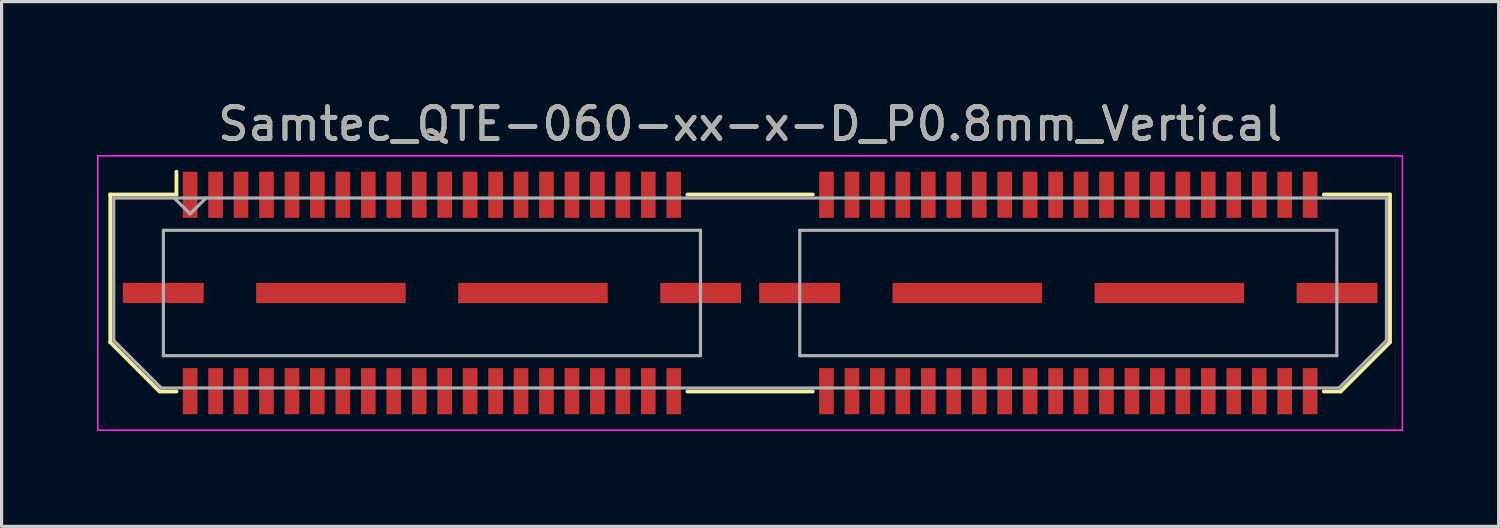
<source format=kicad_pcb>
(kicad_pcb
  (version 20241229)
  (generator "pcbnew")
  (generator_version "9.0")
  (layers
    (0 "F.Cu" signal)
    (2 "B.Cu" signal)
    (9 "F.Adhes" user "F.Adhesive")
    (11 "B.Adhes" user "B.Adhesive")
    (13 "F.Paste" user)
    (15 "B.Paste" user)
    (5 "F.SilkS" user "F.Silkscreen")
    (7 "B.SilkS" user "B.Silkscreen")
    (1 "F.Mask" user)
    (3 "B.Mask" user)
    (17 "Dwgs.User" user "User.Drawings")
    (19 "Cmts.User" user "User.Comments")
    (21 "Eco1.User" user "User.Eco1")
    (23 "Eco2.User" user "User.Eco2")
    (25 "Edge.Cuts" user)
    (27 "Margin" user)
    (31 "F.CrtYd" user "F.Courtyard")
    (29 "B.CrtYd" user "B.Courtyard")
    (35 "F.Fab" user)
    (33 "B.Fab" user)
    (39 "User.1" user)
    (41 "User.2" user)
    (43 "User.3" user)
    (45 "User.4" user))
  (footprint "Samtec_QTE-060-xx-x-D_P0.8mm_Vertical"
    (layer "F.Cu")
    (at 20.525 6.158)
    (property "Reference" "Samtec_QTE-060-xx-x-D_P0.8mm_Vertical" (at 0 -5.31 0) (layer "F.SilkS") (effects (font (size 1 1) (thickness 0.15))))
    (attr smd)
    (fp_line (start -20.11 -3.095) (end -20.11 1.548) (stroke (width 0.12) (type solid)) (layer "F.SilkS"))
    (fp_line (start -20.11 1.548) (end -18.562 3.095) (stroke (width 0.12) (type solid)) (layer "F.SilkS"))
    (fp_line (start -18.562 3.095) (end -18.03 3.095) (stroke (width 0.12) (type solid)) (layer "F.SilkS"))
    (fp_line (start -18.03 -3.811) (end -18.03 -3.095) (stroke (width 0.12) (type solid)) (layer "F.SilkS"))
    (fp_line (start -18.03 -3.095) (end -20.11 -3.095) (stroke (width 0.12) (type solid)) (layer "F.SilkS"))
    (fp_line (start -1.97 -3.095) (end 1.97 -3.095) (stroke (width 0.12) (type solid)) (layer "F.SilkS"))
    (fp_line (start -1.97 3.095) (end 1.97 3.095) (stroke (width 0.12) (type solid)) (layer "F.SilkS"))
    (fp_line (start 18.03 -3.095) (end 20.11 -3.095) (stroke (width 0.12) (type solid)) (layer "F.SilkS"))
    (fp_line (start 18.562 3.095) (end 18.03 3.095) (stroke (width 0.12) (type solid)) (layer "F.SilkS"))
    (fp_line (start 20.11 -3.095) (end 20.11 1.548) (stroke (width 0.12) (type solid)) (layer "F.SilkS"))
    (fp_line (start 20.11 1.548) (end 18.562 3.095) (stroke (width 0.12) (type solid)) (layer "F.SilkS"))
    (fp_line (start -20.5 -4.31) (end -20.5 4.31) (stroke (width 0.05) (type solid)) (layer "F.CrtYd"))
    (fp_line (start -20.5 4.31) (end 20.5 4.31) (stroke (width 0.05) (type solid)) (layer "F.CrtYd"))
    (fp_line (start 20.5 -4.31) (end -20.5 -4.31) (stroke (width 0.05) (type solid)) (layer "F.CrtYd"))
    (fp_line (start 20.5 4.31) (end 20.5 -4.31) (stroke (width 0.05) (type solid)) (layer "F.CrtYd"))
    (fp_line (start -20 -2.985) (end -20 1.492) (stroke (width 0.1) (type solid)) (layer "F.Fab"))
    (fp_line (start -20 -2.985) (end 20 -2.985) (stroke (width 0.1) (type solid)) (layer "F.Fab"))
    (fp_line (start -20 1.492) (end -18.508 2.985) (stroke (width 0.1) (type solid)) (layer "F.Fab"))
    (fp_line (start -18.508 2.985) (end 18.508 2.985) (stroke (width 0.1) (type solid)) (layer "F.Fab"))
    (fp_line (start -18.44 -1.97) (end -18.44 1.97) (stroke (width 0.1) (type solid)) (layer "F.Fab"))
    (fp_line (start -18.44 1.97) (end -1.56 1.97) (stroke (width 0.1) (type solid)) (layer "F.Fab"))
    (fp_line (start -17.6 -2.485) (end -18.1 -2.985) (stroke (width 0.1) (type solid)) (layer "F.Fab"))
    (fp_line (start -17.1 -2.985) (end -17.6 -2.485) (stroke (width 0.1) (type solid)) (layer "F.Fab"))
    (fp_line (start -1.56 -1.97) (end -18.44 -1.97) (stroke (width 0.1) (type solid)) (layer "F.Fab"))
    (fp_line (start -1.56 1.97) (end -1.56 -1.97) (stroke (width 0.1) (type solid)) (layer "F.Fab"))
    (fp_line (start 1.56 -1.97) (end 1.56 1.97) (stroke (width 0.1) (type solid)) (layer "F.Fab"))
    (fp_line (start 1.56 1.97) (end 18.44 1.97) (stroke (width 0.1) (type solid)) (layer "F.Fab"))
    (fp_line (start 18.44 -1.97) (end 1.56 -1.97) (stroke (width 0.1) (type solid)) (layer "F.Fab"))
    (fp_line (start 18.44 1.97) (end 18.44 -1.97) (stroke (width 0.1) (type solid)) (layer "F.Fab"))
    (fp_line (start 20 -2.985) (end 20 1.492) (stroke (width 0.1) (type solid)) (layer "F.Fab"))
    (fp_line (start 20 1.492) (end 18.508 2.985) (stroke (width 0.1) (type solid)) (layer "F.Fab"))
    (fp_text user "${REFERENCE}" (at 0 -5.31 0) (layer "F.Fab") (effects (font (size 1 1) (thickness 0.15))))
    (pad "1" smd rect (at -17.6 -3.086) (size 0.46 1.45) (layers "F.Cu" "F.Mask" "F.Paste"))
    (pad "2" smd rect (at -17.6 3.086) (size 0.46 1.45) (layers "F.Cu" "F.Mask" "F.Paste"))
    (pad "3" smd rect (at -16.8 -3.086) (size 0.46 1.45) (layers "F.Cu" "F.Mask" "F.Paste"))
    (pad "4" smd rect (at -16.8 3.086) (size 0.46 1.45) (layers "F.Cu" "F.Mask" "F.Paste"))
    (pad "5" smd rect (at -16 -3.086) (size 0.46 1.45) (layers "F.Cu" "F.Mask" "F.Paste"))
    (pad "6" smd rect (at -16 3.086) (size 0.46 1.45) (layers "F.Cu" "F.Mask" "F.Paste"))
    (pad "7" smd rect (at -15.2 -3.086) (size 0.46 1.45) (layers "F.Cu" "F.Mask" "F.Paste"))
    (pad "8" smd rect (at -15.2 3.086) (size 0.46 1.45) (layers "F.Cu" "F.Mask" "F.Paste"))
    (pad "9" smd rect (at -14.4 -3.086) (size 0.46 1.45) (layers "F.Cu" "F.Mask" "F.Paste"))
    (pad "10" smd rect (at -14.4 3.086) (size 0.46 1.45) (layers "F.Cu" "F.Mask" "F.Paste"))
    (pad "11" smd rect (at -13.6 -3.086) (size 0.46 1.45) (layers "F.Cu" "F.Mask" "F.Paste"))
    (pad "12" smd rect (at -13.6 3.086) (size 0.46 1.45) (layers "F.Cu" "F.Mask" "F.Paste"))
    (pad "13" smd rect (at -12.8 -3.086) (size 0.46 1.45) (layers "F.Cu" "F.Mask" "F.Paste"))
    (pad "14" smd rect (at -12.8 3.086) (size 0.46 1.45) (layers "F.Cu" "F.Mask" "F.Paste"))
    (pad "15" smd rect (at -12 -3.086) (size 0.46 1.45) (layers "F.Cu" "F.Mask" "F.Paste"))
    (pad "16" smd rect (at -12 3.086) (size 0.46 1.45) (layers "F.Cu" "F.Mask" "F.Paste"))
    (pad "17" smd rect (at -11.2 -3.086) (size 0.46 1.45) (layers "F.Cu" "F.Mask" "F.Paste"))
    (pad "18" smd rect (at -11.2 3.086) (size 0.46 1.45) (layers "F.Cu" "F.Mask" "F.Paste"))
    (pad "19" smd rect (at -10.4 -3.086) (size 0.46 1.45) (layers "F.Cu" "F.Mask" "F.Paste"))
    (pad "20" smd rect (at -10.4 3.086) (size 0.46 1.45) (layers "F.Cu" "F.Mask" "F.Paste"))
    (pad "21" smd rect (at -9.6 -3.086) (size 0.46 1.45) (layers "F.Cu" "F.Mask" "F.Paste"))
    (pad "22" smd rect (at -9.6 3.086) (size 0.46 1.45) (layers "F.Cu" "F.Mask" "F.Paste"))
    (pad "23" smd rect (at -8.8 -3.086) (size 0.46 1.45) (layers "F.Cu" "F.Mask" "F.Paste"))
    (pad "24" smd rect (at -8.8 3.086) (size 0.46 1.45) (layers "F.Cu" "F.Mask" "F.Paste"))
    (pad "25" smd rect (at -8 -3.086) (size 0.46 1.45) (layers "F.Cu" "F.Mask" "F.Paste"))
    (pad "26" smd rect (at -8 3.086) (size 0.46 1.45) (layers "F.Cu" "F.Mask" "F.Paste"))
    (pad "27" smd rect (at -7.2 -3.086) (size 0.46 1.45) (layers "F.Cu" "F.Mask" "F.Paste"))
    (pad "28" smd rect (at -7.2 3.086) (size 0.46 1.45) (layers "F.Cu" "F.Mask" "F.Paste"))
    (pad "29" smd rect (at -6.4 -3.086) (size 0.46 1.45) (layers "F.Cu" "F.Mask" "F.Paste"))
    (pad "30" smd rect (at -6.4 3.086) (size 0.46 1.45) (layers "F.Cu" "F.Mask" "F.Paste"))
    (pad "31" smd rect (at -5.6 -3.086) (size 0.46 1.45) (layers "F.Cu" "F.Mask" "F.Paste"))
    (pad "32" smd rect (at -5.6 3.086) (size 0.46 1.45) (layers "F.Cu" "F.Mask" "F.Paste"))
    (pad "33" smd rect (at -4.8 -3.086) (size 0.46 1.45) (layers "F.Cu" "F.Mask" "F.Paste"))
    (pad "34" smd rect (at -4.8 3.086) (size 0.46 1.45) (layers "F.Cu" "F.Mask" "F.Paste"))
    (pad "35" smd rect (at -4 -3.086) (size 0.46 1.45) (layers "F.Cu" "F.Mask" "F.Paste"))
    (pad "36" smd rect (at -4 3.086) (size 0.46 1.45) (layers "F.Cu" "F.Mask" "F.Paste"))
    (pad "37" smd rect (at -3.2 -3.086) (size 0.46 1.45) (layers "F.Cu" "F.Mask" "F.Paste"))
    (pad "38" smd rect (at -3.2 3.086) (size 0.46 1.45) (layers "F.Cu" "F.Mask" "F.Paste"))
    (pad "39" smd rect (at -2.4 -3.086) (size 0.46 1.45) (layers "F.Cu" "F.Mask" "F.Paste"))
    (pad "40" smd rect (at -2.4 3.086) (size 0.46 1.45) (layers "F.Cu" "F.Mask" "F.Paste"))
    (pad "41" smd rect (at 2.4 -3.086) (size 0.46 1.45) (layers "F.Cu" "F.Mask" "F.Paste"))
    (pad "42" smd rect (at 2.4 3.086) (size 0.46 1.45) (layers "F.Cu" "F.Mask" "F.Paste"))
    (pad "43" smd rect (at 3.2 -3.086) (size 0.46 1.45) (layers "F.Cu" "F.Mask" "F.Paste"))
    (pad "44" smd rect (at 3.2 3.086) (size 0.46 1.45) (layers "F.Cu" "F.Mask" "F.Paste"))
    (pad "45" smd rect (at 4 -3.086) (size 0.46 1.45) (layers "F.Cu" "F.Mask" "F.Paste"))
    (pad "46" smd rect (at 4 3.086) (size 0.46 1.45) (layers "F.Cu" "F.Mask" "F.Paste"))
    (pad "47" smd rect (at 4.8 -3.086) (size 0.46 1.45) (layers "F.Cu" "F.Mask" "F.Paste"))
    (pad "48" smd rect (at 4.8 3.086) (size 0.46 1.45) (layers "F.Cu" "F.Mask" "F.Paste"))
    (pad "49" smd rect (at 5.6 -3.086) (size 0.46 1.45) (layers "F.Cu" "F.Mask" "F.Paste"))
    (pad "50" smd rect (at 5.6 3.086) (size 0.46 1.45) (layers "F.Cu" "F.Mask" "F.Paste"))
    (pad "51" smd rect (at 6.4 -3.086) (size 0.46 1.45) (layers "F.Cu" "F.Mask" "F.Paste"))
    (pad "52" smd rect (at 6.4 3.086) (size 0.46 1.45) (layers "F.Cu" "F.Mask" "F.Paste"))
    (pad "53" smd rect (at 7.2 -3.086) (size 0.46 1.45) (layers "F.Cu" "F.Mask" "F.Paste"))
    (pad "54" smd rect (at 7.2 3.086) (size 0.46 1.45) (layers "F.Cu" "F.Mask" "F.Paste"))
    (pad "55" smd rect (at 8 -3.086) (size 0.46 1.45) (layers "F.Cu" "F.Mask" "F.Paste"))
    (pad "56" smd rect (at 8 3.086) (size 0.46 1.45) (layers "F.Cu" "F.Mask" "F.Paste"))
    (pad "57" smd rect (at 8.8 -3.086) (size 0.46 1.45) (layers "F.Cu" "F.Mask" "F.Paste"))
    (pad "58" smd rect (at 8.8 3.086) (size 0.46 1.45) (layers "F.Cu" "F.Mask" "F.Paste"))
    (pad "59" smd rect (at 9.6 -3.086) (size 0.46 1.45) (layers "F.Cu" "F.Mask" "F.Paste"))
    (pad "60" smd rect (at 9.6 3.086) (size 0.46 1.45) (layers "F.Cu" "F.Mask" "F.Paste"))
    (pad "61" smd rect (at 10.4 -3.086) (size 0.46 1.45) (layers "F.Cu" "F.Mask" "F.Paste"))
    (pad "62" smd rect (at 10.4 3.086) (size 0.46 1.45) (layers "F.Cu" "F.Mask" "F.Paste"))
    (pad "63" smd rect (at 11.2 -3.086) (size 0.46 1.45) (layers "F.Cu" "F.Mask" "F.Paste"))
    (pad "64" smd rect (at 11.2 3.086) (size 0.46 1.45) (layers "F.Cu" "F.Mask" "F.Paste"))
    (pad "65" smd rect (at 12 -3.086) (size 0.46 1.45) (layers "F.Cu" "F.Mask" "F.Paste"))
    (pad "66" smd rect (at 12 3.086) (size 0.46 1.45) (layers "F.Cu" "F.Mask" "F.Paste"))
    (pad "67" smd rect (at 12.8 -3.086) (size 0.46 1.45) (layers "F.Cu" "F.Mask" "F.Paste"))
    (pad "68" smd rect (at 12.8 3.086) (size 0.46 1.45) (layers "F.Cu" "F.Mask" "F.Paste"))
    (pad "69" smd rect (at 13.6 -3.086) (size 0.46 1.45) (layers "F.Cu" "F.Mask" "F.Paste"))
    (pad "70" smd rect (at 13.6 3.086) (size 0.46 1.45) (layers "F.Cu" "F.Mask" "F.Paste"))
    (pad "71" smd rect (at 14.4 -3.086) (size 0.46 1.45) (layers "F.Cu" "F.Mask" "F.Paste"))
    (pad "72" smd rect (at 14.4 3.086) (size 0.46 1.45) (layers "F.Cu" "F.Mask" "F.Paste"))
    (pad "73" smd rect (at 15.2 -3.086) (size 0.46 1.45) (layers "F.Cu" "F.Mask" "F.Paste"))
    (pad "74" smd rect (at 15.2 3.086) (size 0.46 1.45) (layers "F.Cu" "F.Mask" "F.Paste"))
    (pad "75" smd rect (at 16 -3.086) (size 0.46 1.45) (layers "F.Cu" "F.Mask" "F.Paste"))
    (pad "76" smd rect (at 16 3.086) (size 0.46 1.45) (layers "F.Cu" "F.Mask" "F.Paste"))
    (pad "77" smd rect (at 16.8 -3.086) (size 0.46 1.45) (layers "F.Cu" "F.Mask" "F.Paste"))
    (pad "78" smd rect (at 16.8 3.086) (size 0.46 1.45) (layers "F.Cu" "F.Mask" "F.Paste"))
    (pad "79" smd rect (at 17.6 -3.086) (size 0.46 1.45) (layers "F.Cu" "F.Mask" "F.Paste"))
    (pad "80" smd rect (at 17.6 3.086) (size 0.46 1.45) (layers "F.Cu" "F.Mask" "F.Paste"))
    (pad "P1" smd rect (at -18.445 0) (size 2.54 0.635) (layers "F.Cu" "F.Mask" "F.Paste"))
    (pad "P1" smd rect (at -13.175 0) (size 4.7 0.635) (layers "F.Cu" "F.Mask" "F.Paste"))
    (pad "P1" smd rect (at -6.825 0) (size 4.7 0.635) (layers "F.Cu" "F.Mask" "F.Paste"))
    (pad "P1" smd rect (at -1.555 0) (size 2.54 0.635) (layers "F.Cu" "F.Mask" "F.Paste"))
    (pad "P2" smd rect (at 1.555 0) (size 2.54 0.635) (layers "F.Cu" "F.Mask" "F.Paste"))
    (pad "P2" smd rect (at 6.825 0) (size 4.7 0.635) (layers "F.Cu" "F.Mask" "F.Paste"))
    (pad "P2" smd rect (at 13.175 0) (size 4.7 0.635) (layers "F.Cu" "F.Mask" "F.Paste"))
    (pad "P2" smd rect (at 18.445 0) (size 2.54 0.635) (layers "F.Cu" "F.Mask" "F.Paste")))
  (gr_rect
    (start -3 -3)
    (end 44.05 13.493)
    (stroke (width 0.1) (type default))
    (fill no)
    (layer "Edge.Cuts")))
</source>
